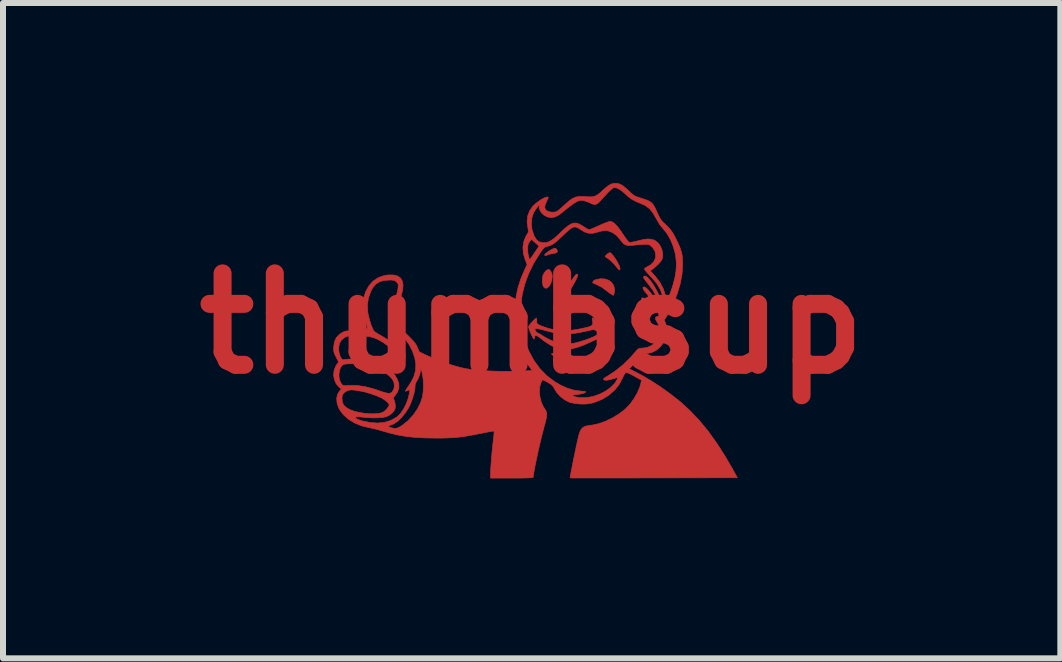
<source format=kicad_pcb>
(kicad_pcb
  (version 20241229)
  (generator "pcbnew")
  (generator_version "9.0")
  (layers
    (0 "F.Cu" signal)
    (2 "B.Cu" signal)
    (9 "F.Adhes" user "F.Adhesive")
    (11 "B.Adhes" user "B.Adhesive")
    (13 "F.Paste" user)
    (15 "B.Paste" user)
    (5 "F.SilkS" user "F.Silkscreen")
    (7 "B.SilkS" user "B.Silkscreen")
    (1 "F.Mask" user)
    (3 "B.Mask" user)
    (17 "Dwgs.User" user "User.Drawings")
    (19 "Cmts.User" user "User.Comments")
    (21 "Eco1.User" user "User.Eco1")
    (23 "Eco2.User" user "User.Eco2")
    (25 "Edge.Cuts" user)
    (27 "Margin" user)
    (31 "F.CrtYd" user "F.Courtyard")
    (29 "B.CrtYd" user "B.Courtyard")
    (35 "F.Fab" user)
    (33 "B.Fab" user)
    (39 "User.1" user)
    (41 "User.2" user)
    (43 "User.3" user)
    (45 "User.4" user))
  (footprint "thumbsup"
    (layer "F.Cu")
    (at 5.813 2.342)
    (property "Reference" "thumbsup" (at 0 0 0) (layer "F.Cu") (effects (font (size 1.524 1.524) (thickness 0.3))))
    (attr through_hole)
    (fp_poly (pts (xy 1.841 0.692) (xy 1.835 0.699) (xy 1.829 0.692) (xy 1.835 0.686) (xy 1.841 0.692)) (stroke (width 0.01) (type solid)) (fill yes) (layer "F.Cu"))
    (fp_poly (pts (xy 1.88 0.701) (xy 1.895 0.714) (xy 1.897 0.718) (xy 1.9 0.735) (xy 1.891 0.731) (xy 1.886 0.724) (xy 1.871 0.716) (xy 1.866 0.718) (xy 1.855 0.716) (xy 1.854 0.712) (xy 1.863 0.7) (xy 1.88 0.701)) (stroke (width 0.01) (type solid)) (fill yes) (layer "F.Cu"))
    (fp_poly (pts (xy 1.843 -0.248) (xy 1.867 -0.229) (xy 1.891 -0.196) (xy 1.909 -0.158) (xy 1.916 -0.127) (xy 1.916 -0.125) (xy 1.905 -0.098) (xy 1.888 -0.094) (xy 1.867 -0.11) (xy 1.851 -0.136) (xy 1.833 -0.173) (xy 1.817 -0.202) (xy 1.814 -0.206) (xy 1.806 -0.23) (xy 1.817 -0.247) (xy 1.841 -0.249) (xy 1.843 -0.248)) (stroke (width 0.01) (type solid)) (fill yes) (layer "F.Cu"))
    (fp_poly (pts (xy 0.402 -1.251) (xy 0.415 -1.238) (xy 0.43 -1.207) (xy 0.422 -1.186) (xy 0.392 -1.172) (xy 0.361 -1.167) (xy 0.318 -1.159) (xy 0.281 -1.15) (xy 0.27 -1.145) (xy 0.237 -1.132) (xy 0.219 -1.135) (xy 0.216 -1.143) (xy 0.226 -1.158) (xy 0.252 -1.181) (xy 0.287 -1.206) (xy 0.326 -1.23) (xy 0.357 -1.245) (xy 0.386 -1.255) (xy 0.402 -1.251)) (stroke (width 0.01) (type solid)) (fill yes) (layer "F.Cu"))
    (fp_poly (pts (xy 0.461 0.496) (xy 0.507 0.498) (xy 0.544 0.503) (xy 0.567 0.509) (xy 0.569 0.511) (xy 0.583 0.539) (xy 0.577 0.568) (xy 0.56 0.584) (xy 0.509 0.597) (xy 0.451 0.588) (xy 0.39 0.558) (xy 0.39 0.558) (xy 0.357 0.534) (xy 0.335 0.515) (xy 0.33 0.507) (xy 0.342 0.501) (xy 0.372 0.497) (xy 0.414 0.495) (xy 0.461 0.496)) (stroke (width 0.01) (type solid)) (fill yes) (layer "F.Cu"))
    (fp_poly (pts (xy 1.863 -0.425) (xy 1.892 -0.406) (xy 1.924 -0.374) (xy 1.956 -0.332) (xy 1.98 -0.29) (xy 2 -0.248) (xy 2.014 -0.214) (xy 2.019 -0.195) (xy 2.014 -0.179) (xy 1.999 -0.184) (xy 1.975 -0.212) (xy 1.951 -0.247) (xy 1.921 -0.289) (xy 1.888 -0.326) (xy 1.868 -0.344) (xy 1.839 -0.373) (xy 1.829 -0.401) (xy 1.838 -0.423) (xy 1.842 -0.426) (xy 1.863 -0.425)) (stroke (width 0.01) (type solid)) (fill yes) (layer "F.Cu"))
    (fp_poly (pts (xy 0.304 -0.89) (xy 0.324 -0.861) (xy 0.339 -0.821) (xy 0.343 -0.785) (xy 0.336 -0.721) (xy 0.316 -0.662) (xy 0.288 -0.617) (xy 0.285 -0.614) (xy 0.252 -0.589) (xy 0.224 -0.588) (xy 0.199 -0.611) (xy 0.198 -0.612) (xy 0.185 -0.646) (xy 0.179 -0.694) (xy 0.179 -0.747) (xy 0.187 -0.795) (xy 0.191 -0.809) (xy 0.213 -0.85) (xy 0.242 -0.882) (xy 0.272 -0.9) (xy 0.281 -0.902) (xy 0.304 -0.89)) (stroke (width 0.01) (type solid)) (fill yes) (layer "F.Cu"))
    (fp_poly (pts (xy 1.224 -0.741) (xy 1.286 -0.719) (xy 1.335 -0.681) (xy 1.368 -0.631) (xy 1.382 -0.569) (xy 1.381 -0.537) (xy 1.375 -0.501) (xy 1.367 -0.475) (xy 1.364 -0.47) (xy 1.35 -0.473) (xy 1.322 -0.49) (xy 1.284 -0.518) (xy 1.264 -0.534) (xy 1.164 -0.607) (xy 1.066 -0.656) (xy 1.037 -0.666) (xy 1.018 -0.679) (xy 1.021 -0.698) (xy 1.041 -0.718) (xy 1.073 -0.732) (xy 1.152 -0.746) (xy 1.224 -0.741)) (stroke (width 0.01) (type solid)) (fill yes) (layer "F.Cu"))
    (fp_poly (pts (xy 1.323 -1.17) (xy 1.35 -1.142) (xy 1.38 -1.101) (xy 1.411 -1.054) (xy 1.439 -1.005) (xy 1.46 -0.959) (xy 1.472 -0.923) (xy 1.473 -0.912) (xy 1.47 -0.894) (xy 1.46 -0.893) (xy 1.441 -0.91) (xy 1.41 -0.947) (xy 1.4 -0.959) (xy 1.359 -1.007) (xy 1.311 -1.052) (xy 1.264 -1.089) (xy 1.228 -1.11) (xy 1.227 -1.12) (xy 1.241 -1.138) (xy 1.263 -1.159) (xy 1.286 -1.175) (xy 1.304 -1.181) (xy 1.323 -1.17)) (stroke (width 0.01) (type solid)) (fill yes) (layer "F.Cu"))
    (fp_poly (pts (xy 0.768 -0.813) (xy 0.767 -0.795) (xy 0.753 -0.759) (xy 0.729 -0.709) (xy 0.696 -0.649) (xy 0.657 -0.583) (xy 0.613 -0.513) (xy 0.595 -0.487) (xy 0.562 -0.435) (xy 0.534 -0.389) (xy 0.515 -0.355) (xy 0.508 -0.336) (xy 0.508 -0.335) (xy 0.514 -0.314) (xy 0.529 -0.278) (xy 0.548 -0.241) (xy 0.569 -0.198) (xy 0.58 -0.164) (xy 0.58 -0.148) (xy 0.563 -0.133) (xy 0.532 -0.127) (xy 0.499 -0.129) (xy 0.475 -0.141) (xy 0.473 -0.143) (xy 0.459 -0.165) (xy 0.439 -0.202) (xy 0.417 -0.246) (xy 0.396 -0.29) (xy 0.38 -0.326) (xy 0.376 -0.339) (xy 0.375 -0.354) (xy 0.383 -0.373) (xy 0.401 -0.399) (xy 0.433 -0.437) (xy 0.48 -0.489) (xy 0.483 -0.491) (xy 0.535 -0.55) (xy 0.588 -0.613) (xy 0.636 -0.675) (xy 0.668 -0.721) (xy 0.704 -0.773) (xy 0.729 -0.806) (xy 0.747 -0.822) (xy 0.759 -0.823) (xy 0.768 -0.813)) (stroke (width 0.01) (type solid)) (fill yes) (layer "F.Cu"))
    (fp_poly (pts (xy 1.023 -0.089) (xy 1.048 -0.07) (xy 1.084 -0.038) (xy 1.126 0.003) (xy 1.132 0.008) (xy 1.184 0.061) (xy 1.218 0.101) (xy 1.238 0.13) (xy 1.245 0.151) (xy 1.245 0.153) (xy 1.241 0.181) (xy 1.231 0.222) (xy 1.217 0.268) (xy 1.2 0.314) (xy 1.184 0.354) (xy 1.171 0.382) (xy 1.162 0.39) (xy 1.155 0.377) (xy 1.15 0.347) (xy 1.149 0.324) (xy 1.148 0.285) (xy 1.142 0.266) (xy 1.128 0.258) (xy 1.122 0.256) (xy 1.099 0.26) (xy 1.06 0.274) (xy 1.013 0.294) (xy 0.991 0.305) (xy 0.876 0.357) (xy 0.765 0.397) (xy 0.663 0.424) (xy 0.572 0.436) (xy 0.497 0.433) (xy 0.489 0.431) (xy 0.402 0.404) (xy 0.307 0.358) (xy 0.208 0.293) (xy 0.128 0.23) (xy 0.091 0.206) (xy 0.065 0.201) (xy 0.052 0.217) (xy 0.051 0.229) (xy 0.045 0.253) (xy 0.039 0.26) (xy 0.03 0.252) (xy 0.015 0.227) (xy -0.003 0.19) (xy -0.022 0.148) (xy -0.037 0.107) (xy 0.056 0.107) (xy 0.067 0.132) (xy 0.09 0.153) (xy 0.105 0.16) (xy 0.134 0.174) (xy 0.168 0.195) (xy 0.171 0.197) (xy 0.226 0.233) (xy 0.295 0.268) (xy 0.366 0.3) (xy 0.429 0.321) (xy 0.445 0.325) (xy 0.534 0.34) (xy 0.62 0.341) (xy 0.71 0.329) (xy 0.811 0.303) (xy 0.829 0.297) (xy 0.928 0.264) (xy 1.004 0.235) (xy 1.058 0.21) (xy 1.092 0.188) (xy 1.106 0.167) (xy 1.103 0.147) (xy 1.083 0.127) (xy 1.072 0.119) (xy 1.055 0.109) (xy 1.038 0.104) (xy 1.014 0.105) (xy 0.978 0.112) (xy 0.923 0.125) (xy 0.8 0.151) (xy 0.694 0.168) (xy 0.6 0.176) (xy 0.51 0.174) (xy 0.419 0.163) (xy 0.32 0.142) (xy 0.243 0.122) (xy 0.165 0.101) (xy 0.108 0.089) (xy 0.073 0.084) (xy 0.061 0.087) (xy 0.056 0.107) (xy -0.037 0.107) (xy -0.037 0.107) (xy -0.048 0.072) (xy -0.051 0.054) (xy -0.042 0.036) (xy -0.021 0.007) (xy 0.007 -0.026) (xy 0.037 -0.057) (xy 0.063 -0.08) (xy 0.079 -0.089) (xy 0.084 -0.078) (xy 0.086 -0.05) (xy 0.085 -0.042) (xy 0.086 -0.01) (xy 0.097 0.009) (xy 0.124 0.025) (xy 0.13 0.028) (xy 0.164 0.042) (xy 0.214 0.06) (xy 0.27 0.079) (xy 0.289 0.085) (xy 0.397 0.11) (xy 0.511 0.121) (xy 0.635 0.117) (xy 0.772 0.098) (xy 0.914 0.067) (xy 0.969 0.052) (xy 1.002 0.035) (xy 1.018 0.014) (xy 1.019 -0.016) (xy 1.015 -0.035) (xy 1.01 -0.068) (xy 1.011 -0.091) (xy 1.012 -0.093) (xy 1.023 -0.089)) (stroke (width 0.01) (type solid)) (fill yes) (layer "F.Cu"))
    (fp_poly (pts (xy 1.438 -2.333) (xy 1.479 -2.32) (xy 1.523 -2.294) (xy 1.573 -2.253) (xy 1.619 -2.21) (xy 1.66 -2.171) (xy 1.693 -2.144) (xy 1.725 -2.124) (xy 1.764 -2.108) (xy 1.817 -2.09) (xy 1.841 -2.083) (xy 1.911 -2.06) (xy 1.963 -2.037) (xy 2.002 -2.008) (xy 2.033 -1.97) (xy 2.062 -1.918) (xy 2.091 -1.852) (xy 2.128 -1.774) (xy 2.163 -1.718) (xy 2.183 -1.696) (xy 2.244 -1.639) (xy 2.29 -1.591) (xy 2.326 -1.547) (xy 2.357 -1.501) (xy 2.387 -1.447) (xy 2.39 -1.441) (xy 2.436 -1.348) (xy 2.47 -1.27) (xy 2.493 -1.202) (xy 2.508 -1.138) (xy 2.515 -1.07) (xy 2.517 -0.995) (xy 2.517 -0.991) (xy 2.507 -0.827) (xy 2.477 -0.664) (xy 2.427 -0.496) (xy 2.422 -0.482) (xy 2.389 -0.399) (xy 2.351 -0.312) (xy 2.31 -0.227) (xy 2.271 -0.152) (xy 2.24 -0.102) (xy 2.209 -0.055) (xy 2.235 0.001) (xy 2.256 0.077) (xy 2.256 0.157) (xy 2.236 0.237) (xy 2.201 0.314) (xy 2.151 0.382) (xy 2.089 0.438) (xy 2.019 0.478) (xy 1.942 0.498) (xy 1.927 0.499) (xy 1.904 0.501) (xy 1.884 0.506) (xy 1.863 0.518) (xy 1.837 0.539) (xy 1.803 0.573) (xy 1.756 0.622) (xy 1.749 0.63) (xy 1.627 0.757) (xy 1.712 0.799) (xy 1.85 0.872) (xy 1.998 0.96) (xy 2.15 1.059) (xy 2.298 1.165) (xy 2.436 1.272) (xy 2.477 1.305) (xy 2.639 1.453) (xy 2.794 1.616) (xy 2.944 1.798) (xy 3.089 2.001) (xy 3.232 2.225) (xy 3.345 2.419) (xy 3.429 2.572) (xy 2.036 2.575) (xy 1.851 2.575) (xy 1.672 2.576) (xy 1.502 2.576) (xy 1.343 2.576) (xy 1.196 2.576) (xy 1.062 2.576) (xy 0.944 2.576) (xy 0.843 2.576) (xy 0.76 2.576) (xy 0.698 2.576) (xy 0.658 2.575) (xy 0.641 2.575) (xy 0.64 2.575) (xy 0.642 2.562) (xy 0.648 2.528) (xy 0.657 2.477) (xy 0.67 2.412) (xy 0.684 2.338) (xy 0.7 2.259) (xy 0.717 2.177) (xy 0.733 2.098) (xy 0.749 2.024) (xy 0.763 1.96) (xy 0.774 1.91) (xy 0.775 1.906) (xy 0.792 1.84) (xy 0.809 1.795) (xy 0.827 1.764) (xy 0.838 1.751) (xy 0.856 1.734) (xy 0.875 1.722) (xy 0.898 1.713) (xy 0.933 1.705) (xy 0.985 1.697) (xy 1.022 1.692) (xy 1.125 1.669) (xy 1.235 1.629) (xy 1.348 1.574) (xy 1.454 1.509) (xy 1.549 1.437) (xy 1.563 1.425) (xy 1.638 1.347) (xy 1.705 1.255) (xy 1.762 1.157) (xy 1.803 1.06) (xy 1.822 0.989) (xy 1.831 0.945) (xy 1.708 0.877) (xy 1.646 0.844) (xy 1.603 0.825) (xy 1.576 0.818) (xy 1.566 0.82) (xy 1.552 0.838) (xy 1.533 0.871) (xy 1.519 0.902) (xy 1.462 1.012) (xy 1.383 1.111) (xy 1.286 1.196) (xy 1.174 1.265) (xy 1.05 1.315) (xy 1.004 1.328) (xy 0.919 1.342) (xy 0.825 1.344) (xy 0.73 1.336) (xy 0.646 1.318) (xy 0.619 1.309) (xy 0.547 1.271) (xy 0.478 1.217) (xy 0.42 1.154) (xy 0.382 1.093) (xy 0.361 1.055) (xy 0.336 1.027) (xy 0.3 1.001) (xy 0.272 0.984) (xy 0.232 0.962) (xy 0.201 0.946) (xy 0.185 0.94) (xy 0.185 0.94) (xy 0.175 0.95) (xy 0.16 0.977) (xy 0.152 0.994) (xy 0.133 1.062) (xy 0.129 1.144) (xy 0.139 1.23) (xy 0.162 1.315) (xy 0.197 1.392) (xy 0.216 1.42) (xy 0.236 1.451) (xy 0.248 1.482) (xy 0.252 1.517) (xy 0.248 1.56) (xy 0.236 1.618) (xy 0.216 1.693) (xy 0.21 1.713) (xy 0.191 1.786) (xy 0.169 1.871) (xy 0.146 1.965) (xy 0.123 2.064) (xy 0.101 2.164) (xy 0.08 2.262) (xy 0.061 2.352) (xy 0.046 2.432) (xy 0.034 2.498) (xy 0.027 2.546) (xy 0.025 2.568) (xy 0.013 2.571) (xy -0.021 2.573) (xy -0.074 2.575) (xy -0.144 2.577) (xy -0.225 2.578) (xy -0.316 2.578) (xy -0.33 2.578) (xy -0.686 2.578) (xy -0.686 2.505) (xy -0.684 2.462) (xy -0.681 2.4) (xy -0.675 2.323) (xy -0.668 2.237) (xy -0.661 2.148) (xy -0.652 2.062) (xy -0.644 1.983) (xy -0.636 1.917) (xy -0.634 1.9) (xy -0.629 1.853) (xy -0.626 1.816) (xy -0.626 1.797) (xy -0.626 1.795) (xy -0.64 1.795) (xy -0.674 1.8) (xy -0.725 1.809) (xy -0.786 1.821) (xy -0.821 1.828) (xy -0.945 1.852) (xy -1.05 1.871) (xy -1.141 1.886) (xy -1.225 1.897) (xy -1.308 1.904) (xy -1.394 1.908) (xy -1.49 1.911) (xy -1.6 1.911) (xy -1.78 1.908) (xy -1.941 1.9) (xy -2.087 1.884) (xy -2.226 1.861) (xy -2.361 1.829) (xy -2.496 1.79) (xy -2.565 1.77) (xy -2.642 1.751) (xy -2.714 1.736) (xy -2.724 1.734) (xy -2.786 1.718) (xy -2.384 1.718) (xy -2.362 1.731) (xy -2.346 1.737) (xy -2.297 1.749) (xy -2.255 1.748) (xy -2.212 1.732) (xy -2.162 1.702) (xy -2.063 1.623) (xy -1.976 1.529) (xy -1.903 1.424) (xy -1.849 1.313) (xy -1.823 1.231) (xy -1.809 1.144) (xy -1.804 1.044) (xy -1.808 0.941) (xy -1.818 0.865) (xy -1.827 0.817) (xy -1.837 0.783) (xy -1.846 0.766) (xy -1.852 0.768) (xy -1.854 0.791) (xy -1.861 0.833) (xy -1.879 0.886) (xy -1.903 0.94) (xy -1.922 0.97) (xy -1.942 1.018) (xy -1.945 1.062) (xy -1.948 1.104) (xy -1.961 1.162) (xy -1.98 1.229) (xy -2.004 1.298) (xy -2.03 1.362) (xy -2.054 1.41) (xy -2.109 1.495) (xy -2.171 1.57) (xy -2.236 1.632) (xy -2.3 1.675) (xy -2.353 1.696) (xy -2.381 1.707) (xy -2.384 1.718) (xy -2.786 1.718) (xy -2.844 1.704) (xy -2.955 1.657) (xy -3.054 1.596) (xy -3.087 1.567) (xy -2.94 1.567) (xy -2.932 1.581) (xy -2.901 1.598) (xy -2.847 1.618) (xy -2.819 1.626) (xy -2.69 1.652) (xy -2.565 1.66) (xy -2.457 1.65) (xy -2.349 1.617) (xy -2.251 1.562) (xy -2.238 1.552) (xy -2.187 1.502) (xy -2.138 1.431) (xy -2.095 1.348) (xy -2.061 1.258) (xy -2.038 1.167) (xy -2.037 1.157) (xy -2.033 1.123) (xy -2.035 1.108) (xy -2.046 1.108) (xy -2.049 1.109) (xy -2.08 1.122) (xy -2.091 1.126) (xy -2.102 1.13) (xy -2.106 1.128) (xy -2.101 1.117) (xy -2.087 1.093) (xy -2.06 1.054) (xy -2.04 1.024) (xy -2.009 0.973) (xy -1.978 0.917) (xy -1.961 0.878) (xy -1.935 0.783) (xy -1.931 0.68) (xy -1.949 0.572) (xy -1.987 0.461) (xy -2.044 0.351) (xy -2.12 0.244) (xy -2.171 0.186) (xy -2.23 0.121) (xy -2.273 0.067) (xy -2.301 0.019) (xy -2.318 -0.027) (xy -2.326 -0.078) (xy -2.328 -0.133) (xy -2.326 -0.189) (xy -2.319 -0.242) (xy -2.305 -0.301) (xy -2.283 -0.374) (xy -2.281 -0.379) (xy -2.262 -0.443) (xy -2.245 -0.506) (xy -2.232 -0.56) (xy -2.227 -0.591) (xy -2.224 -0.632) (xy -2.227 -0.658) (xy -2.24 -0.679) (xy -2.252 -0.691) (xy -2.273 -0.709) (xy -2.297 -0.719) (xy -2.331 -0.723) (xy -2.37 -0.724) (xy -2.463 -0.717) (xy -2.539 -0.694) (xy -2.6 -0.654) (xy -2.65 -0.594) (xy -2.679 -0.542) (xy -2.72 -0.43) (xy -2.738 -0.311) (xy -2.733 -0.193) (xy -2.732 -0.187) (xy -2.718 -0.117) (xy -2.699 -0.045) (xy -2.678 0.022) (xy -2.655 0.078) (xy -2.634 0.119) (xy -2.623 0.133) (xy -2.599 0.15) (xy -2.56 0.175) (xy -2.512 0.203) (xy -2.491 0.214) (xy -2.394 0.274) (xy -2.315 0.336) (xy -2.257 0.399) (xy -2.222 0.461) (xy -2.218 0.47) (xy -2.203 0.54) (xy -2.198 0.61) (xy -2.205 0.675) (xy -2.222 0.729) (xy -2.248 0.766) (xy -2.259 0.775) (xy -2.292 0.795) (xy -2.306 0.809) (xy -2.303 0.825) (xy -2.289 0.846) (xy -2.24 0.929) (xy -2.215 1.004) (xy -2.213 1.074) (xy -2.235 1.141) (xy -2.281 1.207) (xy -2.288 1.214) (xy -2.303 1.235) (xy -2.304 1.254) (xy -2.293 1.277) (xy -2.281 1.313) (xy -2.274 1.359) (xy -2.273 1.375) (xy -2.276 1.415) (xy -2.288 1.446) (xy -2.313 1.479) (xy -2.319 1.486) (xy -2.375 1.532) (xy -2.429 1.556) (xy -2.486 1.567) (xy -2.56 1.573) (xy -2.646 1.574) (xy -2.736 1.57) (xy -2.824 1.562) (xy -2.826 1.561) (xy -2.888 1.556) (xy -2.926 1.558) (xy -2.94 1.567) (xy -3.087 1.567) (xy -3.136 1.524) (xy -3.198 1.443) (xy -3.217 1.407) (xy -3.244 1.327) (xy -3.25 1.253) (xy -3.162 1.253) (xy -3.155 1.315) (xy -3.131 1.365) (xy -3.086 1.405) (xy -3.031 1.436) (xy -2.96 1.463) (xy -2.878 1.483) (xy -2.79 1.498) (xy -2.702 1.506) (xy -2.619 1.506) (xy -2.546 1.5) (xy -2.49 1.485) (xy -2.474 1.477) (xy -2.445 1.455) (xy -2.414 1.423) (xy -2.389 1.39) (xy -2.376 1.364) (xy -2.375 1.358) (xy -2.385 1.334) (xy -2.413 1.304) (xy -2.453 1.273) (xy -2.5 1.243) (xy -2.519 1.234) (xy -2.599 1.2) (xy -2.686 1.17) (xy -2.776 1.144) (xy -2.863 1.125) (xy -2.942 1.112) (xy -3.007 1.108) (xy -3.042 1.111) (xy -3.084 1.126) (xy -3.123 1.153) (xy -3.126 1.156) (xy -3.15 1.185) (xy -3.16 1.216) (xy -3.162 1.253) (xy -3.25 1.253) (xy -3.251 1.251) (xy -3.236 1.182) (xy -3.201 1.124) (xy -3.198 1.121) (xy -3.172 1.093) (xy -3.21 1.061) (xy -3.259 1.005) (xy -3.289 0.936) (xy -3.301 0.864) (xy -3.213 0.864) (xy -3.208 0.915) (xy -3.193 0.965) (xy -3.172 1.006) (xy -3.149 1.031) (xy -3.144 1.033) (xy -3.122 1.036) (xy -3.083 1.036) (xy -3.034 1.034) (xy -3.026 1.033) (xy -2.905 1.034) (xy -2.769 1.055) (xy -2.622 1.094) (xy -2.558 1.116) (xy -2.483 1.142) (xy -2.428 1.158) (xy -2.389 1.165) (xy -2.36 1.163) (xy -2.338 1.153) (xy -2.325 1.141) (xy -2.298 1.095) (xy -2.289 1.038) (xy -2.297 0.978) (xy -2.324 0.927) (xy -2.373 0.874) (xy -2.439 0.824) (xy -2.519 0.776) (xy -2.61 0.735) (xy -2.708 0.703) (xy -2.725 0.698) (xy -2.78 0.688) (xy -2.848 0.68) (xy -2.921 0.674) (xy -2.994 0.672) (xy -3.06 0.673) (xy -3.113 0.678) (xy -3.141 0.685) (xy -3.169 0.708) (xy -3.192 0.75) (xy -3.208 0.805) (xy -3.213 0.864) (xy -3.301 0.864) (xy -3.301 0.86) (xy -3.294 0.784) (xy -3.267 0.713) (xy -3.255 0.694) (xy -3.218 0.641) (xy -3.261 0.559) (xy -3.284 0.512) (xy -3.297 0.476) (xy -3.301 0.439) (xy -3.301 0.419) (xy -3.218 0.419) (xy -3.213 0.472) (xy -3.201 0.522) (xy -3.184 0.565) (xy -3.164 0.595) (xy -3.144 0.606) (xy -3.14 0.605) (xy -3.119 0.602) (xy -3.078 0.597) (xy -3.025 0.593) (xy -2.978 0.59) (xy -2.872 0.587) (xy -2.782 0.592) (xy -2.7 0.607) (xy -2.62 0.634) (xy -2.534 0.672) (xy -2.467 0.704) (xy -2.418 0.724) (xy -2.384 0.733) (xy -2.359 0.732) (xy -2.341 0.722) (xy -2.334 0.714) (xy -2.311 0.675) (xy -2.294 0.623) (xy -2.286 0.57) (xy -2.286 0.566) (xy -2.299 0.501) (xy -2.337 0.436) (xy -2.397 0.373) (xy -2.48 0.313) (xy -2.561 0.268) (xy -2.622 0.242) (xy -2.687 0.223) (xy -2.763 0.211) (xy -2.854 0.205) (xy -2.938 0.204) (xy -3 0.204) (xy -3.044 0.208) (xy -3.076 0.214) (xy -3.104 0.226) (xy -3.114 0.231) (xy -3.17 0.275) (xy -3.205 0.333) (xy -3.218 0.404) (xy -3.218 0.419) (xy -3.301 0.419) (xy -3.3 0.39) (xy -3.3 0.386) (xy -3.287 0.304) (xy -3.257 0.238) (xy -3.207 0.185) (xy -3.167 0.157) (xy -3.141 0.143) (xy -3.117 0.133) (xy -3.088 0.126) (xy -3.049 0.122) (xy -2.996 0.119) (xy -2.933 0.117) (xy -2.855 0.114) (xy -2.799 0.109) (xy -2.764 0.1) (xy -2.745 0.083) (xy -2.742 0.055) (xy -2.75 0.015) (xy -2.767 -0.041) (xy -2.77 -0.052) (xy -2.8 -0.159) (xy -2.814 -0.253) (xy -2.814 -0.341) (xy -2.802 -0.421) (xy -2.766 -0.533) (xy -2.713 -0.628) (xy -2.645 -0.704) (xy -2.562 -0.761) (xy -2.465 -0.797) (xy -2.39 -0.809) (xy -2.303 -0.808) (xy -2.235 -0.791) (xy -2.186 -0.757) (xy -2.156 -0.706) (xy -2.144 -0.638) (xy -2.152 -0.553) (xy -2.178 -0.451) (xy -2.223 -0.333) (xy -2.23 -0.317) (xy -2.264 -0.22) (xy -2.275 -0.132) (xy -2.263 -0.05) (xy -2.226 0.027) (xy -2.165 0.102) (xy -2.14 0.127) (xy -2.069 0.194) (xy -2.015 0.248) (xy -1.974 0.292) (xy -1.944 0.329) (xy -1.922 0.362) (xy -1.906 0.396) (xy -1.903 0.402) (xy -1.874 0.473) (xy -1.734 0.54) (xy -1.624 0.589) (xy -1.498 0.638) (xy -1.365 0.683) (xy -1.236 0.721) (xy -1.124 0.749) (xy -1.035 0.764) (xy -0.926 0.777) (xy -0.801 0.787) (xy -0.665 0.794) (xy -0.523 0.798) (xy -0.379 0.799) (xy -0.238 0.797) (xy -0.132 0.792) (xy 0.009 0.784) (xy -0.051 0.704) (xy -0.134 0.576) (xy -0.198 0.433) (xy -0.244 0.274) (xy -0.273 0.098) (xy -0.283 -0.095) (xy -0.283 -0.121) (xy -0.281 -0.178) (xy -0.178 -0.178) (xy -0.176 -0.071) (xy -0.169 0.028) (xy -0.159 0.102) (xy -0.113 0.288) (xy -0.048 0.458) (xy 0.035 0.613) (xy 0.135 0.751) (xy 0.253 0.872) (xy 0.388 0.974) (xy 0.495 1.035) (xy 0.601 1.082) (xy 0.701 1.111) (xy 0.806 1.126) (xy 0.811 1.127) (xy 0.863 1.131) (xy 0.892 1.135) (xy 0.903 1.141) (xy 0.899 1.148) (xy 0.896 1.15) (xy 0.869 1.163) (xy 0.831 1.173) (xy 0.824 1.174) (xy 0.776 1.181) (xy 0.727 1.188) (xy 0.723 1.189) (xy 0.691 1.195) (xy 0.681 1.202) (xy 0.694 1.211) (xy 0.731 1.223) (xy 0.746 1.227) (xy 0.81 1.237) (xy 0.889 1.237) (xy 0.972 1.227) (xy 1.045 1.211) (xy 1.144 1.174) (xy 1.236 1.125) (xy 1.316 1.068) (xy 1.378 1.007) (xy 1.396 0.982) (xy 1.422 0.939) (xy 1.433 0.914) (xy 1.428 0.904) (xy 1.409 0.907) (xy 1.407 0.908) (xy 1.332 0.93) (xy 1.277 0.943) (xy 1.24 0.948) (xy 1.222 0.946) (xy 1.2 0.938) (xy 1.197 0.925) (xy 1.215 0.908) (xy 1.255 0.883) (xy 1.267 0.876) (xy 1.393 0.794) (xy 1.52 0.691) (xy 1.645 0.569) (xy 1.732 0.47) (xy 1.76 0.438) (xy 1.783 0.421) (xy 1.81 0.413) (xy 1.852 0.411) (xy 1.855 0.411) (xy 1.937 0.397) (xy 2.011 0.36) (xy 2.074 0.301) (xy 2.089 0.281) (xy 2.109 0.25) (xy 2.12 0.222) (xy 2.126 0.189) (xy 2.127 0.14) (xy 2.127 0.128) (xy 2.126 0.075) (xy 2.122 0.039) (xy 2.111 0.01) (xy 2.093 -0.02) (xy 2.091 -0.023) (xy 2.067 -0.065) (xy 2.063 -0.096) (xy 2.079 -0.112) (xy 2.095 -0.114) (xy 2.116 -0.123) (xy 2.121 -0.134) (xy 2.114 -0.161) (xy 2.096 -0.204) (xy 2.07 -0.257) (xy 2.037 -0.316) (xy 2.002 -0.375) (xy 1.968 -0.429) (xy 1.936 -0.473) (xy 1.917 -0.496) (xy 1.88 -0.54) (xy 1.859 -0.575) (xy 1.855 -0.599) (xy 1.87 -0.609) (xy 1.874 -0.61) (xy 1.9 -0.599) (xy 1.934 -0.569) (xy 1.973 -0.524) (xy 2.014 -0.468) (xy 2.054 -0.405) (xy 2.09 -0.34) (xy 2.119 -0.275) (xy 2.134 -0.236) (xy 2.145 -0.207) (xy 2.153 -0.199) (xy 2.161 -0.207) (xy 2.163 -0.23) (xy 2.154 -0.271) (xy 2.132 -0.333) (xy 2.08 -0.452) (xy 2.016 -0.561) (xy 1.935 -0.668) (xy 1.928 -0.677) (xy 1.892 -0.722) (xy 1.871 -0.752) (xy 1.865 -0.772) (xy 1.868 -0.782) (xy 1.886 -0.792) (xy 1.909 -0.784) (xy 1.941 -0.757) (xy 1.982 -0.709) (xy 1.989 -0.701) (xy 2.022 -0.654) (xy 2.058 -0.595) (xy 2.094 -0.529) (xy 2.126 -0.464) (xy 2.152 -0.406) (xy 2.166 -0.362) (xy 2.167 -0.359) (xy 2.176 -0.325) (xy 2.187 -0.311) (xy 2.195 -0.317) (xy 2.197 -0.34) (xy 2.185 -0.451) (xy 2.148 -0.559) (xy 2.086 -0.665) (xy 1.999 -0.769) (xy 1.984 -0.784) (xy 1.943 -0.826) (xy 1.909 -0.864) (xy 1.887 -0.892) (xy 1.88 -0.906) (xy 1.89 -0.923) (xy 1.916 -0.939) (xy 1.919 -0.94) (xy 1.987 -0.979) (xy 2.035 -1.029) (xy 2.063 -1.086) (xy 2.069 -1.147) (xy 2.054 -1.208) (xy 2.016 -1.265) (xy 1.992 -1.289) (xy 1.97 -1.306) (xy 1.951 -1.315) (xy 1.926 -1.32) (xy 1.888 -1.319) (xy 1.842 -1.316) (xy 1.782 -1.312) (xy 1.721 -1.307) (xy 1.673 -1.301) (xy 1.667 -1.301) (xy 1.609 -1.298) (xy 1.564 -1.31) (xy 1.524 -1.338) (xy 1.483 -1.387) (xy 1.481 -1.391) (xy 1.417 -1.464) (xy 1.347 -1.516) (xy 1.273 -1.544) (xy 1.224 -1.549) (xy 1.189 -1.545) (xy 1.141 -1.535) (xy 1.101 -1.523) (xy 1.021 -1.503) (xy 0.951 -1.503) (xy 0.885 -1.524) (xy 0.836 -1.553) (xy 0.791 -1.582) (xy 0.755 -1.601) (xy 0.722 -1.609) (xy 0.69 -1.604) (xy 0.655 -1.585) (xy 0.612 -1.551) (xy 0.557 -1.501) (xy 0.508 -1.454) (xy 0.442 -1.392) (xy 0.389 -1.347) (xy 0.344 -1.316) (xy 0.302 -1.296) (xy 0.26 -1.285) (xy 0.254 -1.283) (xy 0.232 -1.277) (xy 0.211 -1.265) (xy 0.189 -1.242) (xy 0.16 -1.203) (xy 0.136 -1.168) (xy 0.035 -1.005) (xy -0.049 -0.834) (xy -0.113 -0.661) (xy -0.156 -0.491) (xy -0.158 -0.476) (xy -0.17 -0.389) (xy -0.176 -0.288) (xy -0.178 -0.178) (xy -0.281 -0.178) (xy -0.277 -0.297) (xy -0.258 -0.457) (xy -0.225 -0.608) (xy -0.176 -0.756) (xy -0.125 -0.876) (xy -0.076 -0.983) (xy -0.109 -1.066) (xy -0.139 -1.167) (xy -0.143 -1.233) (xy -0.067 -1.233) (xy -0.065 -1.194) (xy -0.061 -1.16) (xy -0.053 -1.122) (xy -0.043 -1.089) (xy -0.035 -1.069) (xy -0.031 -1.067) (xy -0.023 -1.077) (xy -0.003 -1.103) (xy 0.024 -1.142) (xy 0.048 -1.178) (xy 0.123 -1.289) (xy 0.06 -1.346) (xy -0.003 -1.402) (xy -0.033 -1.367) (xy -0.054 -1.334) (xy -0.064 -1.292) (xy -0.067 -1.233) (xy -0.143 -1.233) (xy -0.146 -1.268) (xy -0.131 -1.366) (xy -0.095 -1.455) (xy -0.074 -1.489) (xy -0.059 -1.514) (xy -0.055 -1.538) (xy -0.059 -1.573) (xy -0.062 -1.588) (xy -0.072 -1.663) (xy -0.006 -1.663) (xy 0.006 -1.564) (xy 0.039 -1.465) (xy 0.046 -1.451) (xy 0.081 -1.395) (xy 0.123 -1.362) (xy 0.178 -1.347) (xy 0.203 -1.346) (xy 0.245 -1.349) (xy 0.285 -1.361) (xy 0.326 -1.383) (xy 0.374 -1.418) (xy 0.431 -1.468) (xy 0.476 -1.511) (xy 0.548 -1.579) (xy 0.607 -1.627) (xy 0.657 -1.659) (xy 0.702 -1.673) (xy 0.746 -1.673) (xy 0.791 -1.658) (xy 0.843 -1.629) (xy 0.858 -1.619) (xy 0.9 -1.593) (xy 0.934 -1.573) (xy 0.956 -1.563) (xy 0.958 -1.562) (xy 0.974 -1.567) (xy 1.008 -1.581) (xy 1.056 -1.602) (xy 1.113 -1.627) (xy 1.123 -1.632) (xy 1.183 -1.658) (xy 1.237 -1.68) (xy 1.28 -1.695) (xy 1.306 -1.702) (xy 1.308 -1.702) (xy 1.345 -1.692) (xy 1.386 -1.662) (xy 1.434 -1.611) (xy 1.489 -1.537) (xy 1.518 -1.493) (xy 1.553 -1.441) (xy 1.585 -1.398) (xy 1.611 -1.366) (xy 1.627 -1.352) (xy 1.628 -1.352) (xy 1.649 -1.352) (xy 1.689 -1.358) (xy 1.739 -1.369) (xy 1.77 -1.377) (xy 1.856 -1.398) (xy 1.924 -1.408) (xy 1.98 -1.406) (xy 2.029 -1.394) (xy 2.059 -1.381) (xy 2.109 -1.342) (xy 2.148 -1.286) (xy 2.174 -1.221) (xy 2.185 -1.153) (xy 2.179 -1.088) (xy 2.166 -1.056) (xy 2.144 -1.025) (xy 2.109 -0.986) (xy 2.066 -0.946) (xy 2.023 -0.912) (xy 2.007 -0.9) (xy 1.976 -0.88) (xy 2.054 -0.794) (xy 2.136 -0.688) (xy 2.195 -0.576) (xy 2.232 -0.461) (xy 2.253 -0.369) (xy 2.288 -0.452) (xy 2.31 -0.507) (xy 2.334 -0.573) (xy 2.354 -0.636) (xy 2.355 -0.639) (xy 2.387 -0.759) (xy 2.405 -0.867) (xy 2.412 -0.972) (xy 2.41 -1.04) (xy 2.395 -1.158) (xy 2.363 -1.277) (xy 2.318 -1.39) (xy 2.261 -1.491) (xy 2.196 -1.574) (xy 2.191 -1.579) (xy 2.132 -1.652) (xy 2.078 -1.745) (xy 2.073 -1.754) (xy 2.021 -1.845) (xy 1.963 -1.915) (xy 1.895 -1.965) (xy 1.837 -1.992) (xy 1.743 -2.031) (xy 1.668 -2.071) (xy 1.606 -2.116) (xy 1.566 -2.155) (xy 1.515 -2.201) (xy 1.463 -2.237) (xy 1.416 -2.259) (xy 1.378 -2.265) (xy 1.372 -2.264) (xy 1.35 -2.254) (xy 1.32 -2.229) (xy 1.279 -2.19) (xy 1.226 -2.133) (xy 1.177 -2.079) (xy 1.131 -2.029) (xy 1.096 -1.998) (xy 1.065 -1.984) (xy 1.035 -1.984) (xy 0.999 -1.996) (xy 0.979 -2.006) (xy 0.935 -2.025) (xy 0.884 -2.042) (xy 0.872 -2.046) (xy 0.836 -2.053) (xy 0.808 -2.052) (xy 0.777 -2.042) (xy 0.746 -2.027) (xy 0.709 -2.005) (xy 0.66 -1.971) (xy 0.606 -1.93) (xy 0.565 -1.897) (xy 0.501 -1.844) (xy 0.449 -1.807) (xy 0.407 -1.783) (xy 0.368 -1.77) (xy 0.328 -1.765) (xy 0.321 -1.765) (xy 0.261 -1.776) (xy 0.207 -1.804) (xy 0.163 -1.845) (xy 0.134 -1.895) (xy 0.127 -1.935) (xy 0.126 -1.975) (xy 0.082 -1.924) (xy 0.032 -1.847) (xy 0.003 -1.759) (xy -0.006 -1.663) (xy -0.072 -1.663) (xy -0.076 -1.694) (xy -0.067 -1.789) (xy -0.036 -1.874) (xy 0.018 -1.952) (xy 0.025 -1.959) (xy 0.065 -1.997) (xy 0.114 -2.035) (xy 0.165 -2.069) (xy 0.212 -2.094) (xy 0.249 -2.107) (xy 0.259 -2.108) (xy 0.273 -2.107) (xy 0.277 -2.1) (xy 0.272 -2.083) (xy 0.256 -2.049) (xy 0.248 -2.032) (xy 0.224 -1.976) (xy 0.218 -1.934) (xy 0.229 -1.901) (xy 0.249 -1.881) (xy 0.29 -1.862) (xy 0.342 -1.854) (xy 0.394 -1.858) (xy 0.423 -1.869) (xy 0.443 -1.883) (xy 0.477 -1.911) (xy 0.518 -1.948) (xy 0.554 -1.981) (xy 0.62 -2.04) (xy 0.678 -2.081) (xy 0.733 -2.106) (xy 0.792 -2.117) (xy 0.86 -2.117) (xy 0.884 -2.115) (xy 0.96 -2.11) (xy 1.017 -2.113) (xy 1.064 -2.126) (xy 1.107 -2.151) (xy 1.153 -2.189) (xy 1.162 -2.197) (xy 1.225 -2.255) (xy 1.276 -2.295) (xy 1.32 -2.321) (xy 1.36 -2.334) (xy 1.393 -2.337) (xy 1.438 -2.333)) (stroke (width 0.01) (type solid)) (fill yes) (layer "F.Cu")))
  (gr_rect
    (start -3 -3)
    (end 14.626 7.925)
    (stroke (width 0.1) (type default))
    (fill no)
    (layer "Edge.Cuts")))
</source>
